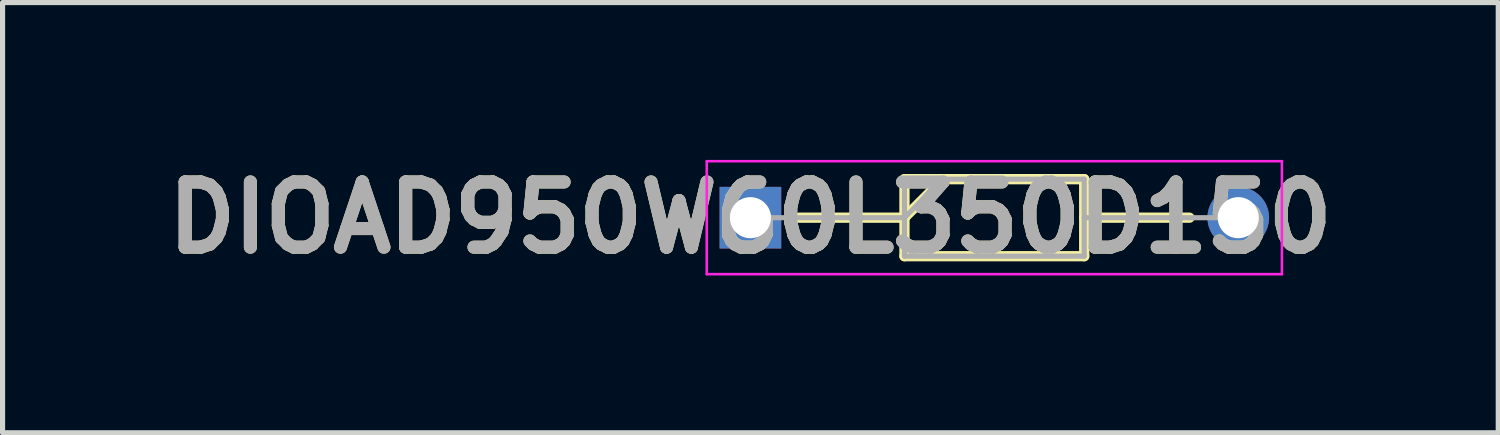
<source format=kicad_pcb>
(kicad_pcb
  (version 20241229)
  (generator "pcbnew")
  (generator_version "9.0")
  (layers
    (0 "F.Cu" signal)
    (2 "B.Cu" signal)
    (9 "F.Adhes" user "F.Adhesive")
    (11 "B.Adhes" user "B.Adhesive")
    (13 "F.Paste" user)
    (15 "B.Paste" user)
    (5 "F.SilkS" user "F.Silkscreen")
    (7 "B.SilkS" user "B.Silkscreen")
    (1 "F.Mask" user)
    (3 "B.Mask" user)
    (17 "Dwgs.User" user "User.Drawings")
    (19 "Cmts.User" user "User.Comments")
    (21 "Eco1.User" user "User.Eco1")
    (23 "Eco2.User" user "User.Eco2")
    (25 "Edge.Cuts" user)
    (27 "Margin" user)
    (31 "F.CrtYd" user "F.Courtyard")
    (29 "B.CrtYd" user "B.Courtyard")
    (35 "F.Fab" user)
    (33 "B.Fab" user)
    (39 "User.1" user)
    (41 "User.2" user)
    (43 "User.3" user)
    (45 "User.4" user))
  (footprint "DIOAD950W60L350D150"
    (layer "F.Cu")
    (at 11.563 1.189)
    (property "Reference" "DIOAD950W60L350D150" (at 0 0 0) (layer "F.SilkS") (effects (font (size 1.27 1.27) (thickness 0.254))))
    (attr through_hole)
    (fp_line (start 0.95 0) (end 3 0) (stroke (width 0.2) (type solid)) (layer "F.SilkS"))
    (fp_line (start 3 -0.75) (end 6.5 -0.75) (stroke (width 0.2) (type solid)) (layer "F.SilkS"))
    (fp_line (start 3 0) (end 3.75 -0.75) (stroke (width 0.2) (type solid)) (layer "F.SilkS"))
    (fp_line (start 3 0.75) (end 3 -0.75) (stroke (width 0.2) (type solid)) (layer "F.SilkS"))
    (fp_line (start 6.5 -0.75) (end 6.5 0.75) (stroke (width 0.2) (type solid)) (layer "F.SilkS"))
    (fp_line (start 6.5 0) (end 8.55 0) (stroke (width 0.2) (type solid)) (layer "F.SilkS"))
    (fp_line (start 6.5 0.75) (end 3 0.75) (stroke (width 0.2) (type solid)) (layer "F.SilkS"))
    (fp_line (start -0.85 -1.1) (end 10.35 -1.1) (stroke (width 0.05) (type solid)) (layer "F.CrtYd"))
    (fp_line (start -0.85 1.1) (end -0.85 -1.1) (stroke (width 0.05) (type solid)) (layer "F.CrtYd"))
    (fp_line (start 10.35 -1.1) (end 10.35 1.1) (stroke (width 0.05) (type solid)) (layer "F.CrtYd"))
    (fp_line (start 10.35 1.1) (end -0.85 1.1) (stroke (width 0.05) (type solid)) (layer "F.CrtYd"))
    (fp_line (start 0 0) (end 3 0) (stroke (width 0.1) (type solid)) (layer "F.Fab"))
    (fp_line (start 3 -0.75) (end 6.5 -0.75) (stroke (width 0.1) (type solid)) (layer "F.Fab"))
    (fp_line (start 3 0) (end 3.75 -0.75) (stroke (width 0.1) (type solid)) (layer "F.Fab"))
    (fp_line (start 3 0.75) (end 3 -0.75) (stroke (width 0.1) (type solid)) (layer "F.Fab"))
    (fp_line (start 6.5 -0.75) (end 6.5 0.75) (stroke (width 0.1) (type solid)) (layer "F.Fab"))
    (fp_line (start 6.5 0) (end 9.5 0) (stroke (width 0.1) (type solid)) (layer "F.Fab"))
    (fp_line (start 6.5 0.75) (end 3 0.75) (stroke (width 0.1) (type solid)) (layer "F.Fab"))
    (fp_text user "${REFERENCE}" (at 0 0 0) (layer "F.Fab") (effects (font (size 1.27 1.27) (thickness 0.254))))
    (pad "1" thru_hole rect (at 0 0) (size 1.2 1.2) (drill 0.8) (layers "*.Cu" "*.Mask"))
    (pad "2" thru_hole circle (at 9.5 0) (size 1.2 1.2) (drill 0.8) (layers "*.Cu" "*.Mask")))
  (gr_rect
    (start -3 -3)
    (end 26.126 5.377)
    (stroke (width 0.1) (type default))
    (fill no)
    (layer "Edge.Cuts")))
</source>
